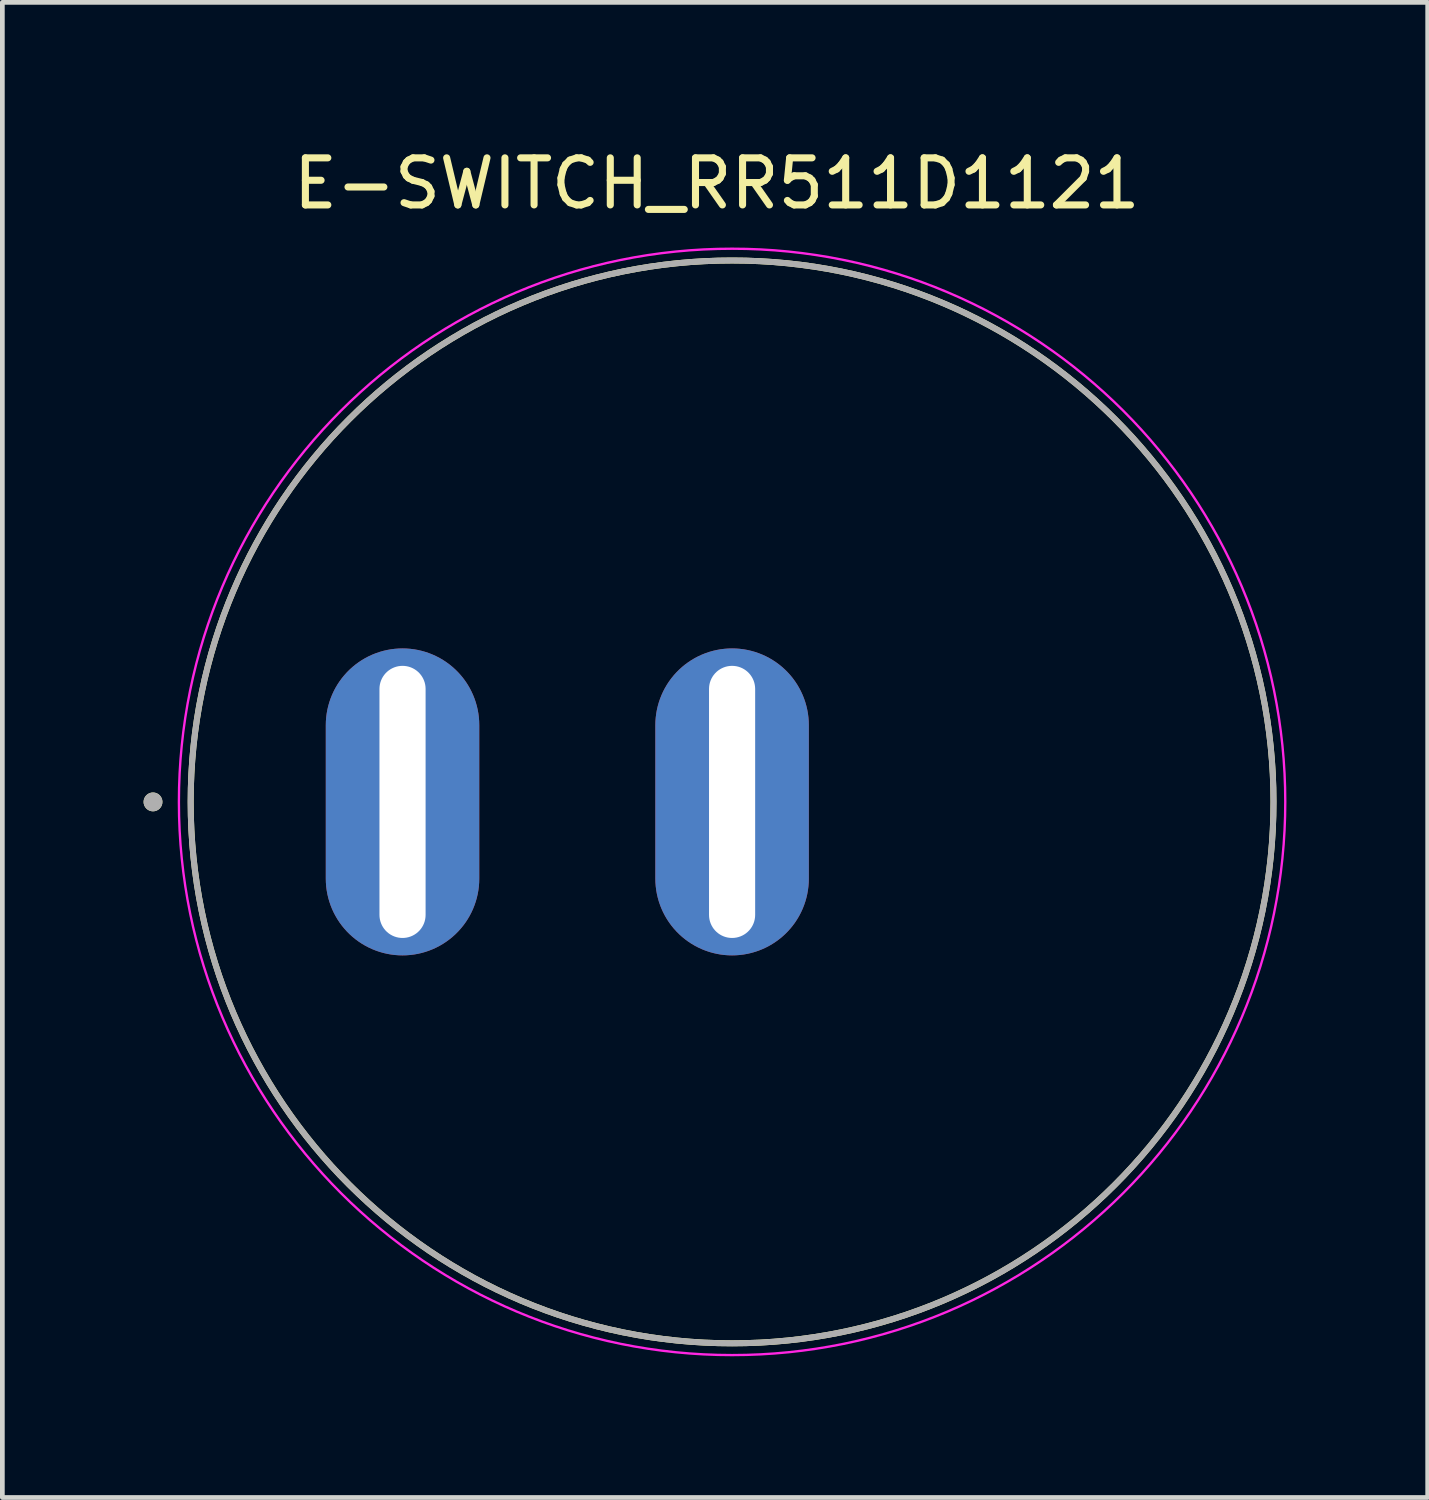
<source format=kicad_pcb>
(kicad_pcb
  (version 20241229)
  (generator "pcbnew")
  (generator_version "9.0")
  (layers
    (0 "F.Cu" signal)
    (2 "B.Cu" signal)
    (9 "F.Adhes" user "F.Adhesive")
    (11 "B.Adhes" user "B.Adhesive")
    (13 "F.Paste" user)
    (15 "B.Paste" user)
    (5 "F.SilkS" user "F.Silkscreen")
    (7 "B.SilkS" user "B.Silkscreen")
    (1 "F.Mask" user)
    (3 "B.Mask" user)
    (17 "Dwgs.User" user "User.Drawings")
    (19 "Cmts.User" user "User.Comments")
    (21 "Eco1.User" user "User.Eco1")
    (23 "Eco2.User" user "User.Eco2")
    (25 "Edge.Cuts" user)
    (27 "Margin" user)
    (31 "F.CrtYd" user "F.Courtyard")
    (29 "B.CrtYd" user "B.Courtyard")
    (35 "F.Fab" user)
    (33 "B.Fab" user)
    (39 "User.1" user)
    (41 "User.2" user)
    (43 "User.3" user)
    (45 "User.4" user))
  (footprint "E-SWITCH_RR511D1121"
    (layer "F.Cu")
    (at 12.5 13.983)
    (property "Reference" "E-SWITCH_RR511D1121" (at -0.325 -13.135 0) (layer "F.SilkS") (effects (font (size 1 1) (thickness 0.15))))
    (attr through_hole)
    (fp_circle (center -12.3 0) (end -12.2 0) (stroke (width 0.2) (type solid)) (fill no) (layer "F.SilkS"))
    (fp_circle (center 0 0) (end 11.5 0) (stroke (width 0.127) (type solid)) (fill no) (layer "F.SilkS"))
    (fp_circle (center 0 0) (end 11.75 0) (stroke (width 0.05) (type solid)) (fill no) (layer "F.CrtYd"))
    (fp_circle (center -12.3 0) (end -12.2 0) (stroke (width 0.2) (type solid)) (fill no) (layer "F.Fab"))
    (fp_circle (center 0 0) (end 11.5 0) (stroke (width 0.127) (type solid)) (fill no) (layer "F.Fab"))
    (pad "1" thru_hole oval (at -7 0) (size 3.26 6.52) (drill oval 0.98 5.78) (layers "*.Cu" "*.Mask"))
    (pad "2" thru_hole oval (at 0 0) (size 3.26 6.52) (drill oval 0.98 5.78) (layers "*.Cu" "*.Mask")))
  (gr_rect
    (start -3 -3)
    (end 27.275 28.758)
    (stroke (width 0.1) (type default))
    (fill no)
    (layer "Edge.Cuts")))
</source>
